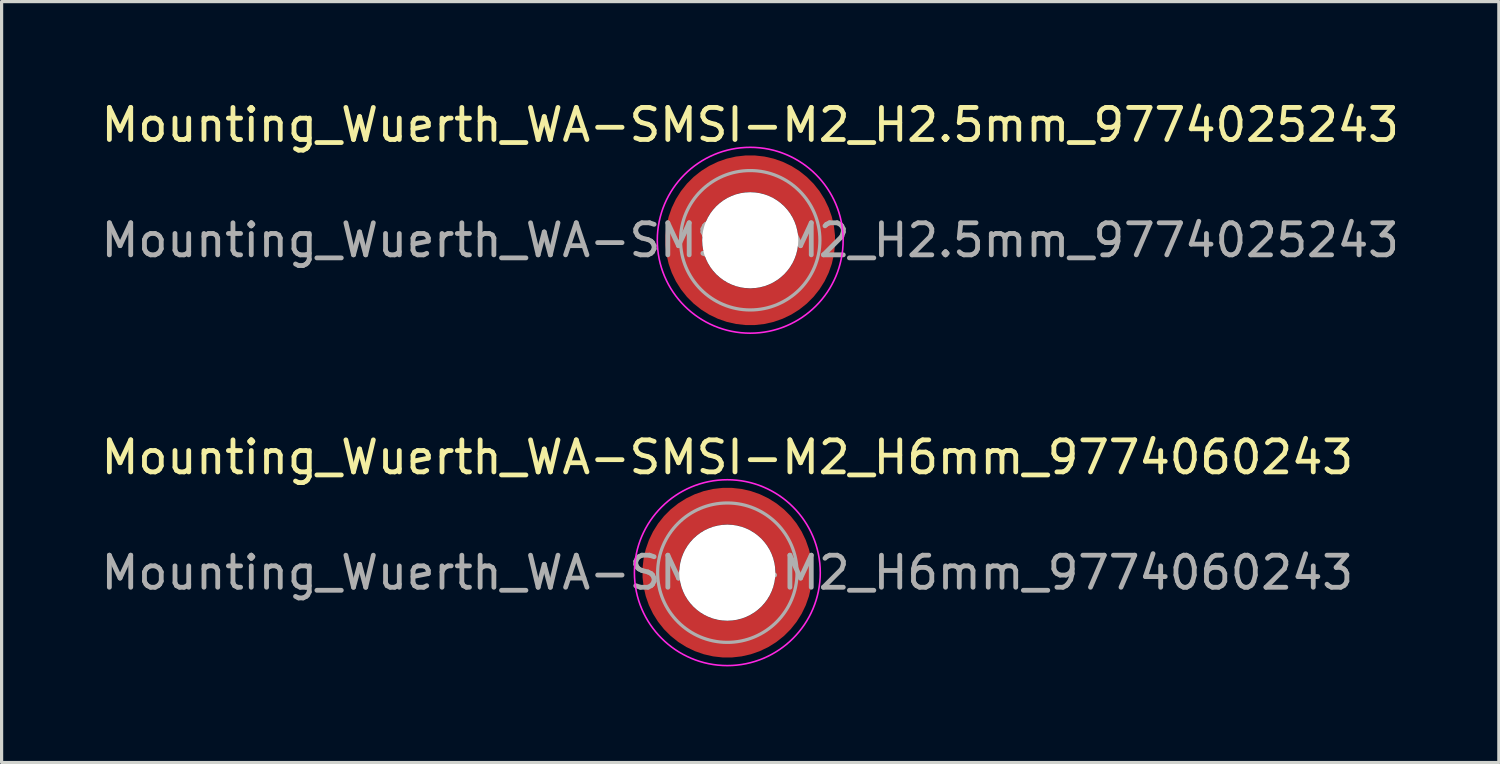
<source format=kicad_pcb>
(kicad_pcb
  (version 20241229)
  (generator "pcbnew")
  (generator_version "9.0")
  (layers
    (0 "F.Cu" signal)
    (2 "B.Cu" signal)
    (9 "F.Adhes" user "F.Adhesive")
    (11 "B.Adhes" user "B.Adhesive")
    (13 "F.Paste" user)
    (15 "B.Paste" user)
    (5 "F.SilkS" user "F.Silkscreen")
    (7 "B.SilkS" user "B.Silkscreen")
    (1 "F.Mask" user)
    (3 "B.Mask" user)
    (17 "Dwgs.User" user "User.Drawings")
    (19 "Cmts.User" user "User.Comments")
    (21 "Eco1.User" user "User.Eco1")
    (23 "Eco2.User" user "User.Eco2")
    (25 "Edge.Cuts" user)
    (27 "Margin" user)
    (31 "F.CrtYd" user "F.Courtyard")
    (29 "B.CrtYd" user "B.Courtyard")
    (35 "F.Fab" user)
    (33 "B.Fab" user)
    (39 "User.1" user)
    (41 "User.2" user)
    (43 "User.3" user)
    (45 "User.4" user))
  (footprint "Mounting_Wuerth_WA-SMSI-M2_H2.5mm_9774025243"
    (layer "F.Cu")
    (at 20.363 4.448)
    (property "Reference" "Mounting_Wuerth_WA-SMSI-M2_H2.5mm_9774025243" (at 0 -3.6 0) (layer "F.SilkS") (effects (font (size 1 1) (thickness 0.15))))
    (attr smd allow_soldermask_bridges)
    (fp_circle (center 0 0) (end 2.9 0) (stroke (width 0.05) (type solid)) (fill no) (layer "F.CrtYd"))
    (fp_circle (center 0 0) (end 2.175 0) (stroke (width 0.1) (type solid)) (fill no) (layer "F.Fab"))
    (fp_text user "${REFERENCE}" (at 0 0 0) (layer "F.Fab") (effects (font (size 1 1) (thickness 0.15))))
    (pad "" smd custom (at -1.453 -1.453) (size 0.505 0.505) (layers "F.Paste") (options (anchor circle)) (primitives (gr_arc (start -0.147677 1.053104) (mid 0.286378 0.286378) (end 1.053104 -0.147677) (width 0.2)) (gr_arc (start -0.240295 1.053104) (mid 0.222739 0.222739) (end 1.053104 -0.240295) (width 0.2)) (gr_arc (start -0.332645 1.053104) (mid 0.159099 0.159099) (end 1.053104 -0.332645) (width 0.2)) (gr_arc (start -0.424767 1.053104) (mid 0.095459 0.095459) (end 1.053104 -0.424767) (width 0.2)) (gr_arc (start -0.516693 1.053104) (mid 0.03182 0.03182) (end 1.053104 -0.516693) (width 0.2)) (gr_arc (start -0.608448 1.053104) (mid -0.03182 -0.03182) (end 1.053104 -0.608448) (width 0.2)) (gr_arc (start -0.700056 1.053104) (mid -0.095459 -0.095459) (end 1.053104 -0.700056) (width 0.2)) (gr_arc (start -0.791534 1.053104) (mid -0.159099 -0.159099) (end 1.053104 -0.791534) (width 0.2)) (gr_arc (start -0.882896 1.053104) (mid -0.222739 -0.222739) (end 1.053104 -0.882896) (width 0.2)) (gr_arc (start -0.974157 1.053104) (mid -0.286378 -0.286378) (end 1.053104 -0.974157) (width 0.2)) (gr_line (start 1.053 -0.148) (end 1.053 -0.974) (width 0.2)) (gr_line (start -0.148 1.053) (end -0.974 1.053) (width 0.2))))
    (pad "" smd custom (at -1.453 1.453) (size 0.505 0.505) (layers "F.Paste") (options (anchor circle)) (primitives (gr_arc (start 1.053104 0.147677) (mid 0.286378 -0.286378) (end -0.147677 -1.053104) (width 0.2)) (gr_arc (start 1.053104 0.240295) (mid 0.222739 -0.222739) (end -0.240295 -1.053104) (width 0.2)) (gr_arc (start 1.053104 0.332645) (mid 0.159099 -0.159099) (end -0.332645 -1.053104) (width 0.2)) (gr_arc (start 1.053104 0.424767) (mid 0.095459 -0.095459) (end -0.424767 -1.053104) (width 0.2)) (gr_arc (start 1.053104 0.516693) (mid 0.03182 -0.03182) (end -0.516693 -1.053104) (width 0.2)) (gr_arc (start 1.053104 0.608448) (mid -0.03182 0.03182) (end -0.608448 -1.053104) (width 0.2)) (gr_arc (start 1.053104 0.700056) (mid -0.095459 0.095459) (end -0.700056 -1.053104) (width 0.2)) (gr_arc (start 1.053104 0.791534) (mid -0.159099 0.159099) (end -0.791534 -1.053104) (width 0.2)) (gr_arc (start 1.053104 0.882896) (mid -0.222739 0.222739) (end -0.882896 -1.053104) (width 0.2)) (gr_arc (start 1.053104 0.974157) (mid -0.286378 0.286378) (end -0.974157 -1.053104) (width 0.2)) (gr_line (start -0.148 -1.053) (end -0.974 -1.053) (width 0.2)) (gr_line (start 1.053 0.148) (end 1.053 0.974) (width 0.2))))
    (pad "" np_thru_hole circle (at 0 0) (size 3 3) (drill 3) (layers "*.Cu" "*.Mask"))
    (pad "" smd custom (at 1.453 -1.453) (size 0.505 0.505) (layers "F.Paste") (options (anchor circle)) (primitives (gr_arc (start -1.053104 -0.147677) (mid -0.286378 0.286378) (end 0.147677 1.053104) (width 0.2)) (gr_arc (start -1.053104 -0.240295) (mid -0.222739 0.222739) (end 0.240295 1.053104) (width 0.2)) (gr_arc (start -1.053104 -0.332645) (mid -0.159099 0.159099) (end 0.332645 1.053104) (width 0.2)) (gr_arc (start -1.053104 -0.424767) (mid -0.095459 0.095459) (end 0.424767 1.053104) (width 0.2)) (gr_arc (start -1.053104 -0.516693) (mid -0.03182 0.03182) (end 0.516693 1.053104) (width 0.2)) (gr_arc (start -1.053104 -0.608448) (mid 0.03182 -0.03182) (end 0.608448 1.053104) (width 0.2)) (gr_arc (start -1.053104 -0.700056) (mid 0.095459 -0.095459) (end 0.700056 1.053104) (width 0.2)) (gr_arc (start -1.053104 -0.791534) (mid 0.159099 -0.159099) (end 0.791534 1.053104) (width 0.2)) (gr_arc (start -1.053104 -0.882896) (mid 0.222739 -0.222739) (end 0.882896 1.053104) (width 0.2)) (gr_arc (start -1.053104 -0.974157) (mid 0.286378 -0.286378) (end 0.974157 1.053104) (width 0.2)) (gr_line (start 0.148 1.053) (end 0.974 1.053) (width 0.2)) (gr_line (start -1.053 -0.148) (end -1.053 -0.974) (width 0.2))))
    (pad "" smd custom (at 1.453 1.453) (size 0.505 0.505) (layers "F.Paste") (options (anchor circle)) (primitives (gr_arc (start 0.147677 -1.053104) (mid -0.286378 -0.286378) (end -1.053104 0.147677) (width 0.2)) (gr_arc (start 0.240295 -1.053104) (mid -0.222739 -0.222739) (end -1.053104 0.240295) (width 0.2)) (gr_arc (start 0.332645 -1.053104) (mid -0.159099 -0.159099) (end -1.053104 0.332645) (width 0.2)) (gr_arc (start 0.424767 -1.053104) (mid -0.095459 -0.095459) (end -1.053104 0.424767) (width 0.2)) (gr_arc (start 0.516693 -1.053104) (mid -0.03182 -0.03182) (end -1.053104 0.516693) (width 0.2)) (gr_arc (start 0.608448 -1.053104) (mid 0.03182 0.03182) (end -1.053104 0.608448) (width 0.2)) (gr_arc (start 0.700056 -1.053104) (mid 0.095459 0.095459) (end -1.053104 0.700056) (width 0.2)) (gr_arc (start 0.791534 -1.053104) (mid 0.159099 0.159099) (end -1.053104 0.791534) (width 0.2)) (gr_arc (start 0.882896 -1.053104) (mid 0.222739 0.222739) (end -1.053104 0.882896) (width 0.2)) (gr_arc (start 0.974157 -1.053104) (mid 0.286378 0.286378) (end -1.053104 0.974157) (width 0.2)) (gr_line (start -1.053 0.148) (end -1.053 0.974) (width 0.2)) (gr_line (start 0.148 -1.053) (end 0.974 -1.053) (width 0.2))))
    (pad "1" smd circle (at -2.075 0) (size 0.642 0.642) (layers "F.Cu"))
    (pad "1" smd circle (at 0 -2.075) (size 0.642 0.642) (layers "F.Cu"))
    (pad "1" smd circle (at 0 2.075) (size 0.642 0.642) (layers "F.Cu"))
    (pad "1" smd custom (at 2.075 0) (size 1.15 1.15) (layers "F.Cu" "F.Mask") (options (anchor circle)) (primitives (gr_circle (center -2.075 0) (end 0 0) (width 1.15) (fill no)))))
  (footprint "Mounting_Wuerth_WA-SMSI-M2_H6mm_9774060243"
    (layer "F.Cu")
    (at 19.649 14.822)
    (property "Reference" "Mounting_Wuerth_WA-SMSI-M2_H6mm_9774060243" (at 0 -3.6 0) (layer "F.SilkS") (effects (font (size 1 1) (thickness 0.15))))
    (attr smd allow_soldermask_bridges)
    (fp_circle (center 0 0) (end 2.9 0) (stroke (width 0.05) (type solid)) (fill no) (layer "F.CrtYd"))
    (fp_circle (center 0 0) (end 2.175 0) (stroke (width 0.1) (type solid)) (fill no) (layer "F.Fab"))
    (fp_text user "${REFERENCE}" (at 0 0 0) (layer "F.Fab") (effects (font (size 1 1) (thickness 0.15))))
    (pad "" smd custom (at -1.453 -1.453) (size 0.505 0.505) (layers "F.Paste") (options (anchor circle)) (primitives (gr_arc (start -0.147677 1.053104) (mid 0.286378 0.286378) (end 1.053104 -0.147677) (width 0.2)) (gr_arc (start -0.240295 1.053104) (mid 0.222739 0.222739) (end 1.053104 -0.240295) (width 0.2)) (gr_arc (start -0.332645 1.053104) (mid 0.159099 0.159099) (end 1.053104 -0.332645) (width 0.2)) (gr_arc (start -0.424767 1.053104) (mid 0.095459 0.095459) (end 1.053104 -0.424767) (width 0.2)) (gr_arc (start -0.516693 1.053104) (mid 0.03182 0.03182) (end 1.053104 -0.516693) (width 0.2)) (gr_arc (start -0.608448 1.053104) (mid -0.03182 -0.03182) (end 1.053104 -0.608448) (width 0.2)) (gr_arc (start -0.700056 1.053104) (mid -0.095459 -0.095459) (end 1.053104 -0.700056) (width 0.2)) (gr_arc (start -0.791534 1.053104) (mid -0.159099 -0.159099) (end 1.053104 -0.791534) (width 0.2)) (gr_arc (start -0.882896 1.053104) (mid -0.222739 -0.222739) (end 1.053104 -0.882896) (width 0.2)) (gr_arc (start -0.974157 1.053104) (mid -0.286378 -0.286378) (end 1.053104 -0.974157) (width 0.2)) (gr_line (start 1.053 -0.148) (end 1.053 -0.974) (width 0.2)) (gr_line (start -0.148 1.053) (end -0.974 1.053) (width 0.2))))
    (pad "" smd custom (at -1.453 1.453) (size 0.505 0.505) (layers "F.Paste") (options (anchor circle)) (primitives (gr_arc (start 1.053104 0.147677) (mid 0.286378 -0.286378) (end -0.147677 -1.053104) (width 0.2)) (gr_arc (start 1.053104 0.240295) (mid 0.222739 -0.222739) (end -0.240295 -1.053104) (width 0.2)) (gr_arc (start 1.053104 0.332645) (mid 0.159099 -0.159099) (end -0.332645 -1.053104) (width 0.2)) (gr_arc (start 1.053104 0.424767) (mid 0.095459 -0.095459) (end -0.424767 -1.053104) (width 0.2)) (gr_arc (start 1.053104 0.516693) (mid 0.03182 -0.03182) (end -0.516693 -1.053104) (width 0.2)) (gr_arc (start 1.053104 0.608448) (mid -0.03182 0.03182) (end -0.608448 -1.053104) (width 0.2)) (gr_arc (start 1.053104 0.700056) (mid -0.095459 0.095459) (end -0.700056 -1.053104) (width 0.2)) (gr_arc (start 1.053104 0.791534) (mid -0.159099 0.159099) (end -0.791534 -1.053104) (width 0.2)) (gr_arc (start 1.053104 0.882896) (mid -0.222739 0.222739) (end -0.882896 -1.053104) (width 0.2)) (gr_arc (start 1.053104 0.974157) (mid -0.286378 0.286378) (end -0.974157 -1.053104) (width 0.2)) (gr_line (start -0.148 -1.053) (end -0.974 -1.053) (width 0.2)) (gr_line (start 1.053 0.148) (end 1.053 0.974) (width 0.2))))
    (pad "" np_thru_hole circle (at 0 0) (size 3 3) (drill 3) (layers "*.Cu" "*.Mask"))
    (pad "" smd custom (at 1.453 -1.453) (size 0.505 0.505) (layers "F.Paste") (options (anchor circle)) (primitives (gr_arc (start -1.053104 -0.147677) (mid -0.286378 0.286378) (end 0.147677 1.053104) (width 0.2)) (gr_arc (start -1.053104 -0.240295) (mid -0.222739 0.222739) (end 0.240295 1.053104) (width 0.2)) (gr_arc (start -1.053104 -0.332645) (mid -0.159099 0.159099) (end 0.332645 1.053104) (width 0.2)) (gr_arc (start -1.053104 -0.424767) (mid -0.095459 0.095459) (end 0.424767 1.053104) (width 0.2)) (gr_arc (start -1.053104 -0.516693) (mid -0.03182 0.03182) (end 0.516693 1.053104) (width 0.2)) (gr_arc (start -1.053104 -0.608448) (mid 0.03182 -0.03182) (end 0.608448 1.053104) (width 0.2)) (gr_arc (start -1.053104 -0.700056) (mid 0.095459 -0.095459) (end 0.700056 1.053104) (width 0.2)) (gr_arc (start -1.053104 -0.791534) (mid 0.159099 -0.159099) (end 0.791534 1.053104) (width 0.2)) (gr_arc (start -1.053104 -0.882896) (mid 0.222739 -0.222739) (end 0.882896 1.053104) (width 0.2)) (gr_arc (start -1.053104 -0.974157) (mid 0.286378 -0.286378) (end 0.974157 1.053104) (width 0.2)) (gr_line (start 0.148 1.053) (end 0.974 1.053) (width 0.2)) (gr_line (start -1.053 -0.148) (end -1.053 -0.974) (width 0.2))))
    (pad "" smd custom (at 1.453 1.453) (size 0.505 0.505) (layers "F.Paste") (options (anchor circle)) (primitives (gr_arc (start 0.147677 -1.053104) (mid -0.286378 -0.286378) (end -1.053104 0.147677) (width 0.2)) (gr_arc (start 0.240295 -1.053104) (mid -0.222739 -0.222739) (end -1.053104 0.240295) (width 0.2)) (gr_arc (start 0.332645 -1.053104) (mid -0.159099 -0.159099) (end -1.053104 0.332645) (width 0.2)) (gr_arc (start 0.424767 -1.053104) (mid -0.095459 -0.095459) (end -1.053104 0.424767) (width 0.2)) (gr_arc (start 0.516693 -1.053104) (mid -0.03182 -0.03182) (end -1.053104 0.516693) (width 0.2)) (gr_arc (start 0.608448 -1.053104) (mid 0.03182 0.03182) (end -1.053104 0.608448) (width 0.2)) (gr_arc (start 0.700056 -1.053104) (mid 0.095459 0.095459) (end -1.053104 0.700056) (width 0.2)) (gr_arc (start 0.791534 -1.053104) (mid 0.159099 0.159099) (end -1.053104 0.791534) (width 0.2)) (gr_arc (start 0.882896 -1.053104) (mid 0.222739 0.222739) (end -1.053104 0.882896) (width 0.2)) (gr_arc (start 0.974157 -1.053104) (mid 0.286378 0.286378) (end -1.053104 0.974157) (width 0.2)) (gr_line (start -1.053 0.148) (end -1.053 0.974) (width 0.2)) (gr_line (start 0.148 -1.053) (end 0.974 -1.053) (width 0.2))))
    (pad "1" smd circle (at -2.075 0) (size 0.642 0.642) (layers "F.Cu"))
    (pad "1" smd circle (at 0 -2.075) (size 0.642 0.642) (layers "F.Cu"))
    (pad "1" smd circle (at 0 2.075) (size 0.642 0.642) (layers "F.Cu"))
    (pad "1" smd custom (at 2.075 0) (size 1.15 1.15) (layers "F.Cu" "F.Mask") (options (anchor circle)) (primitives (gr_circle (center -2.075 0) (end 0 0) (width 1.15) (fill no)))))
  (gr_rect
    (start -3 -3)
    (end 43.726 20.747)
    (stroke (width 0.1) (type default))
    (fill no)
    (layer "Edge.Cuts")))
</source>
